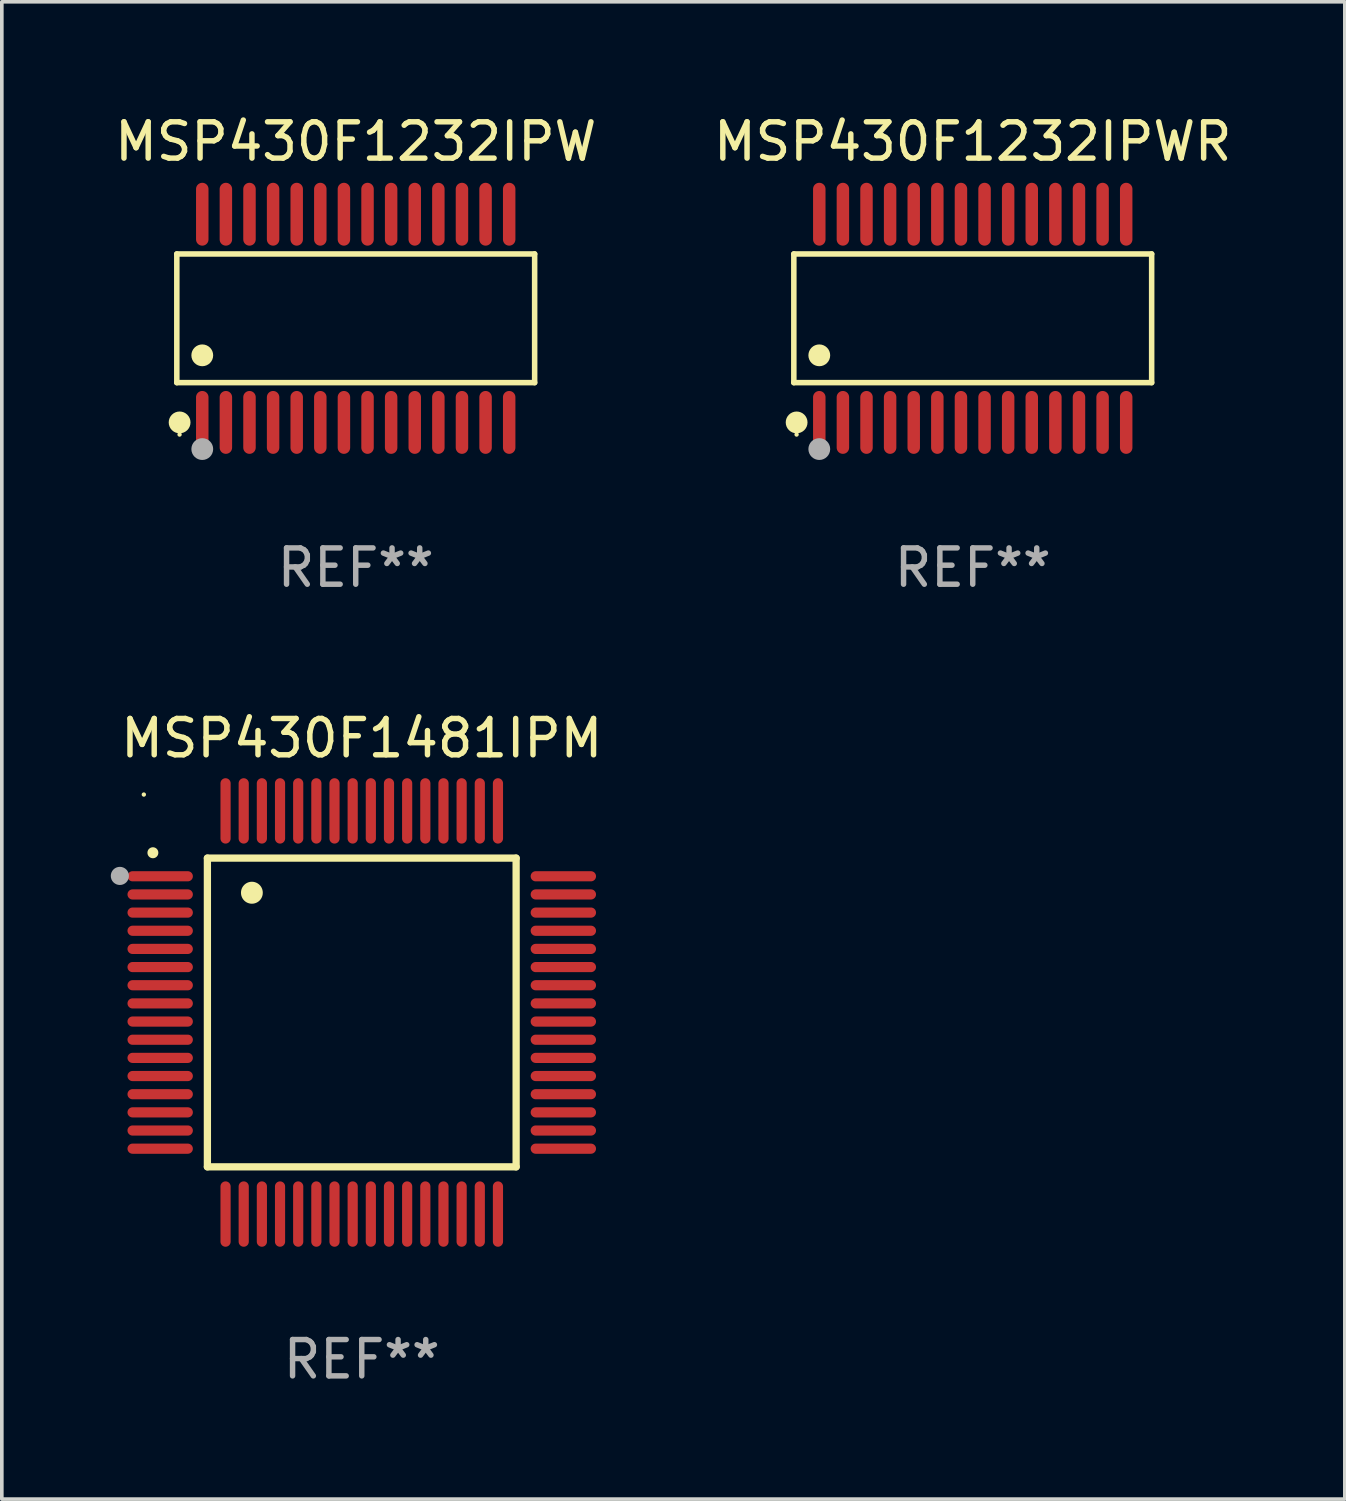
<source format=kicad_pcb>
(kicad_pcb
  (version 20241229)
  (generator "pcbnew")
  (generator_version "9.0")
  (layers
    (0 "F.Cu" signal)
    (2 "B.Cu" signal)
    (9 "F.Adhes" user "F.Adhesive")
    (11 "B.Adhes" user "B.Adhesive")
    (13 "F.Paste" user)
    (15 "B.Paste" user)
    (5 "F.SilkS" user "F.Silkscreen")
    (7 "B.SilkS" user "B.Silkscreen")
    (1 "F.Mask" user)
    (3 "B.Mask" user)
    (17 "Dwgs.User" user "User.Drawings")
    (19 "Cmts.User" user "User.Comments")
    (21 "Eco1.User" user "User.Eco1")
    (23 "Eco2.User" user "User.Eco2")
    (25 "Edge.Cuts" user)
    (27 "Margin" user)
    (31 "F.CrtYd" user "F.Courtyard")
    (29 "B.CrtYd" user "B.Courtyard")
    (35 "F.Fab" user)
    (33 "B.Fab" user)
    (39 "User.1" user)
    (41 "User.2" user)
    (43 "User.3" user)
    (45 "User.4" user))
  (footprint "MSP430F1232IPW"
    (layer "F.Cu")
    (at 6.744 5.714)
    (property "Reference" "MSP430F1232IPW" (at 0 -4.866 0) (layer "F.SilkS") (effects (font (size 1 1) (thickness 0.15))))
    (attr through_hole)
    (fp_line (start -4.926 -1.772) (end 4.926 -1.772) (stroke (width 0.152) (type solid)) (layer "F.SilkS"))
    (fp_line (start -4.926 1.771) (end -4.926 -1.772) (stroke (width 0.152) (type solid)) (layer "F.SilkS"))
    (fp_line (start 4.926 -1.772) (end 4.926 1.771) (stroke (width 0.152) (type solid)) (layer "F.SilkS"))
    (fp_line (start 4.926 1.771) (end -4.926 1.771) (stroke (width 0.152) (type solid)) (layer "F.SilkS"))
    (fp_circle (center -4.85 3.2) (end -4.82 3.2) (stroke (width 0.06) (type solid)) (fill no) (layer "F.SilkS"))
    (fp_circle (center -4.849 2.866) (end -4.699 2.866) (stroke (width 0.3) (type solid)) (fill no) (layer "F.SilkS"))
    (fp_circle (center -4.225 1.019) (end -4.075 1.019) (stroke (width 0.3) (type solid)) (fill no) (layer "F.SilkS"))
    (fp_circle (center -4.225 3.6) (end -4.075 3.6) (stroke (width 0.3) (type solid)) (fill no) (layer "F.Fab"))
    (fp_text user "REF**" (at 0 6.866 0) (layer "F.Fab") (effects (font (size 1 1) (thickness 0.15))))
    (pad "1" smd oval (at -4.225 2.866) (size 0.343 1.731) (layers "F.Cu" "F.Mask" "F.Paste"))
    (pad "2" smd oval (at -3.575 2.866) (size 0.343 1.731) (layers "F.Cu" "F.Mask" "F.Paste"))
    (pad "3" smd oval (at -2.925 2.866) (size 0.343 1.731) (layers "F.Cu" "F.Mask" "F.Paste"))
    (pad "4" smd oval (at -2.275 2.866) (size 0.343 1.731) (layers "F.Cu" "F.Mask" "F.Paste"))
    (pad "5" smd oval (at -1.625 2.866) (size 0.343 1.731) (layers "F.Cu" "F.Mask" "F.Paste"))
    (pad "6" smd oval (at -0.975 2.866) (size 0.343 1.731) (layers "F.Cu" "F.Mask" "F.Paste"))
    (pad "7" smd oval (at -0.325 2.866) (size 0.343 1.731) (layers "F.Cu" "F.Mask" "F.Paste"))
    (pad "8" smd oval (at 0.325 2.866) (size 0.343 1.731) (layers "F.Cu" "F.Mask" "F.Paste"))
    (pad "9" smd oval (at 0.975 2.866) (size 0.343 1.731) (layers "F.Cu" "F.Mask" "F.Paste"))
    (pad "10" smd oval (at 1.625 2.866) (size 0.343 1.731) (layers "F.Cu" "F.Mask" "F.Paste"))
    (pad "11" smd oval (at 2.275 2.866) (size 0.343 1.731) (layers "F.Cu" "F.Mask" "F.Paste"))
    (pad "12" smd oval (at 2.925 2.866) (size 0.343 1.731) (layers "F.Cu" "F.Mask" "F.Paste"))
    (pad "13" smd oval (at 3.575 2.866) (size 0.343 1.731) (layers "F.Cu" "F.Mask" "F.Paste"))
    (pad "14" smd oval (at 4.225 2.866) (size 0.343 1.731) (layers "F.Cu" "F.Mask" "F.Paste"))
    (pad "15" smd oval (at 4.225 -2.866) (size 0.343 1.731) (layers "F.Cu" "F.Mask" "F.Paste"))
    (pad "16" smd oval (at 3.575 -2.866) (size 0.343 1.731) (layers "F.Cu" "F.Mask" "F.Paste"))
    (pad "17" smd oval (at 2.925 -2.866) (size 0.343 1.731) (layers "F.Cu" "F.Mask" "F.Paste"))
    (pad "18" smd oval (at 2.275 -2.866) (size 0.343 1.731) (layers "F.Cu" "F.Mask" "F.Paste"))
    (pad "19" smd oval (at 1.625 -2.866) (size 0.343 1.731) (layers "F.Cu" "F.Mask" "F.Paste"))
    (pad "20" smd oval (at 0.975 -2.866) (size 0.343 1.731) (layers "F.Cu" "F.Mask" "F.Paste"))
    (pad "21" smd oval (at 0.325 -2.866) (size 0.343 1.731) (layers "F.Cu" "F.Mask" "F.Paste"))
    (pad "22" smd oval (at -0.325 -2.866) (size 0.343 1.731) (layers "F.Cu" "F.Mask" "F.Paste"))
    (pad "23" smd oval (at -0.975 -2.866) (size 0.343 1.731) (layers "F.Cu" "F.Mask" "F.Paste"))
    (pad "24" smd oval (at -1.625 -2.866) (size 0.343 1.731) (layers "F.Cu" "F.Mask" "F.Paste"))
    (pad "25" smd oval (at -2.275 -2.866) (size 0.343 1.731) (layers "F.Cu" "F.Mask" "F.Paste"))
    (pad "26" smd oval (at -2.925 -2.866) (size 0.343 1.731) (layers "F.Cu" "F.Mask" "F.Paste"))
    (pad "27" smd oval (at -3.575 -2.866) (size 0.343 1.731) (layers "F.Cu" "F.Mask" "F.Paste"))
    (pad "28" smd oval (at -4.225 -2.866) (size 0.343 1.731) (layers "F.Cu" "F.Mask" "F.Paste")))
  (footprint "MSP430F1481IPM"
    (layer "F.Cu")
    (at 6.91 24.826)
    (property "Reference" "MSP430F1481IPM" (at 0 -7.55 0) (layer "F.SilkS") (effects (font (size 1 1) (thickness 0.15))))
    (attr through_hole)
    (fp_line (start -4.25 -4.25) (end -4.25 4.25) (stroke (width 0.2) (type solid)) (layer "F.SilkS"))
    (fp_line (start -4.25 4.25) (end 4.25 4.25) (stroke (width 0.2) (type solid)) (layer "F.SilkS"))
    (fp_line (start 4.25 -4.25) (end -4.25 -4.25) (stroke (width 0.2) (type solid)) (layer "F.SilkS"))
    (fp_line (start 4.25 4.25) (end 4.25 -4.25) (stroke (width 0.2) (type solid)) (layer "F.SilkS"))
    (fp_arc (start -5.750572 -4.396749) (mid -5.750577 -4.398019) (end -5.750572 -4.399289) (stroke (width 0.3) (type solid)) (layer "F.SilkS"))
    (fp_arc (start -3.025146 -3.294387) (mid -3.025157 -3.296927) (end -3.025146 -3.299467) (stroke (width 0.6) (type solid)) (layer "F.SilkS"))
    (fp_circle (center -6 -6) (end -5.97 -6) (stroke (width 0.06) (type solid)) (fill no) (layer "F.SilkS"))
    (fp_circle (center -6.66 -3.76) (end -6.535 -3.76) (stroke (width 0.25) (type solid)) (fill no) (layer "F.Fab"))
    (fp_text user "REF**" (at 0 9.55 0) (layer "F.Fab") (effects (font (size 1 1) (thickness 0.15))))
    (pad "1" smd oval (at -5.55 -3.75) (size 1.8 0.28) (layers "F.Cu" "F.Mask" "F.Paste"))
    (pad "2" smd oval (at -5.55 -3.25) (size 1.8 0.28) (layers "F.Cu" "F.Mask" "F.Paste"))
    (pad "3" smd oval (at -5.55 -2.75) (size 1.8 0.28) (layers "F.Cu" "F.Mask" "F.Paste"))
    (pad "4" smd oval (at -5.55 -2.25) (size 1.8 0.28) (layers "F.Cu" "F.Mask" "F.Paste"))
    (pad "5" smd oval (at -5.55 -1.75) (size 1.8 0.28) (layers "F.Cu" "F.Mask" "F.Paste"))
    (pad "6" smd oval (at -5.55 -1.25) (size 1.8 0.28) (layers "F.Cu" "F.Mask" "F.Paste"))
    (pad "7" smd oval (at -5.55 -0.75) (size 1.8 0.28) (layers "F.Cu" "F.Mask" "F.Paste"))
    (pad "8" smd oval (at -5.55 -0.25) (size 1.8 0.28) (layers "F.Cu" "F.Mask" "F.Paste"))
    (pad "9" smd oval (at -5.55 0.25) (size 1.8 0.28) (layers "F.Cu" "F.Mask" "F.Paste"))
    (pad "10" smd oval (at -5.55 0.75) (size 1.8 0.28) (layers "F.Cu" "F.Mask" "F.Paste"))
    (pad "11" smd oval (at -5.55 1.25) (size 1.8 0.28) (layers "F.Cu" "F.Mask" "F.Paste"))
    (pad "12" smd oval (at -5.55 1.75) (size 1.8 0.28) (layers "F.Cu" "F.Mask" "F.Paste"))
    (pad "13" smd oval (at -5.55 2.25) (size 1.8 0.28) (layers "F.Cu" "F.Mask" "F.Paste"))
    (pad "14" smd oval (at -5.55 2.75) (size 1.8 0.28) (layers "F.Cu" "F.Mask" "F.Paste"))
    (pad "15" smd oval (at -5.55 3.25) (size 1.8 0.28) (layers "F.Cu" "F.Mask" "F.Paste"))
    (pad "16" smd oval (at -5.55 3.75) (size 1.8 0.28) (layers "F.Cu" "F.Mask" "F.Paste"))
    (pad "17" smd oval (at -3.75 5.55) (size 0.28 1.8) (layers "F.Cu" "F.Mask" "F.Paste"))
    (pad "18" smd oval (at -3.25 5.55) (size 0.28 1.8) (layers "F.Cu" "F.Mask" "F.Paste"))
    (pad "19" smd oval (at -2.75 5.55) (size 0.28 1.8) (layers "F.Cu" "F.Mask" "F.Paste"))
    (pad "20" smd oval (at -2.25 5.55) (size 0.28 1.8) (layers "F.Cu" "F.Mask" "F.Paste"))
    (pad "21" smd oval (at -1.75 5.55) (size 0.28 1.8) (layers "F.Cu" "F.Mask" "F.Paste"))
    (pad "22" smd oval (at -1.25 5.55) (size 0.28 1.8) (layers "F.Cu" "F.Mask" "F.Paste"))
    (pad "23" smd oval (at -0.75 5.55) (size 0.28 1.8) (layers "F.Cu" "F.Mask" "F.Paste"))
    (pad "24" smd oval (at -0.25 5.55) (size 0.28 1.8) (layers "F.Cu" "F.Mask" "F.Paste"))
    (pad "25" smd oval (at 0.25 5.55) (size 0.28 1.8) (layers "F.Cu" "F.Mask" "F.Paste"))
    (pad "26" smd oval (at 0.75 5.55) (size 0.28 1.8) (layers "F.Cu" "F.Mask" "F.Paste"))
    (pad "27" smd oval (at 1.25 5.55) (size 0.28 1.8) (layers "F.Cu" "F.Mask" "F.Paste"))
    (pad "28" smd oval (at 1.75 5.55) (size 0.28 1.8) (layers "F.Cu" "F.Mask" "F.Paste"))
    (pad "29" smd oval (at 2.25 5.55) (size 0.28 1.8) (layers "F.Cu" "F.Mask" "F.Paste"))
    (pad "30" smd oval (at 2.75 5.55) (size 0.28 1.8) (layers "F.Cu" "F.Mask" "F.Paste"))
    (pad "31" smd oval (at 3.25 5.55) (size 0.28 1.8) (layers "F.Cu" "F.Mask" "F.Paste"))
    (pad "32" smd oval (at 3.75 5.55) (size 0.28 1.8) (layers "F.Cu" "F.Mask" "F.Paste"))
    (pad "33" smd oval (at 5.55 3.75) (size 1.8 0.28) (layers "F.Cu" "F.Mask" "F.Paste"))
    (pad "34" smd oval (at 5.55 3.25) (size 1.8 0.28) (layers "F.Cu" "F.Mask" "F.Paste"))
    (pad "35" smd oval (at 5.55 2.75) (size 1.8 0.28) (layers "F.Cu" "F.Mask" "F.Paste"))
    (pad "36" smd oval (at 5.55 2.25) (size 1.8 0.28) (layers "F.Cu" "F.Mask" "F.Paste"))
    (pad "37" smd oval (at 5.55 1.75) (size 1.8 0.28) (layers "F.Cu" "F.Mask" "F.Paste"))
    (pad "38" smd oval (at 5.55 1.25) (size 1.8 0.28) (layers "F.Cu" "F.Mask" "F.Paste"))
    (pad "39" smd oval (at 5.55 0.75) (size 1.8 0.28) (layers "F.Cu" "F.Mask" "F.Paste"))
    (pad "40" smd oval (at 5.55 0.25) (size 1.8 0.28) (layers "F.Cu" "F.Mask" "F.Paste"))
    (pad "41" smd oval (at 5.55 -0.25) (size 1.8 0.28) (layers "F.Cu" "F.Mask" "F.Paste"))
    (pad "42" smd oval (at 5.55 -0.75) (size 1.8 0.28) (layers "F.Cu" "F.Mask" "F.Paste"))
    (pad "43" smd oval (at 5.55 -1.25) (size 1.8 0.28) (layers "F.Cu" "F.Mask" "F.Paste"))
    (pad "44" smd oval (at 5.55 -1.75) (size 1.8 0.28) (layers "F.Cu" "F.Mask" "F.Paste"))
    (pad "45" smd oval (at 5.55 -2.25) (size 1.8 0.28) (layers "F.Cu" "F.Mask" "F.Paste"))
    (pad "46" smd oval (at 5.55 -2.75) (size 1.8 0.28) (layers "F.Cu" "F.Mask" "F.Paste"))
    (pad "47" smd oval (at 5.55 -3.25) (size 1.8 0.28) (layers "F.Cu" "F.Mask" "F.Paste"))
    (pad "48" smd oval (at 5.55 -3.75) (size 1.8 0.28) (layers "F.Cu" "F.Mask" "F.Paste"))
    (pad "49" smd oval (at 3.75 -5.55) (size 0.28 1.8) (layers "F.Cu" "F.Mask" "F.Paste"))
    (pad "50" smd oval (at 3.25 -5.55) (size 0.28 1.8) (layers "F.Cu" "F.Mask" "F.Paste"))
    (pad "51" smd oval (at 2.75 -5.55) (size 0.28 1.8) (layers "F.Cu" "F.Mask" "F.Paste"))
    (pad "52" smd oval (at 2.25 -5.55) (size 0.28 1.8) (layers "F.Cu" "F.Mask" "F.Paste"))
    (pad "53" smd oval (at 1.75 -5.55) (size 0.28 1.8) (layers "F.Cu" "F.Mask" "F.Paste"))
    (pad "54" smd oval (at 1.25 -5.55) (size 0.28 1.8) (layers "F.Cu" "F.Mask" "F.Paste"))
    (pad "55" smd oval (at 0.75 -5.55) (size 0.28 1.8) (layers "F.Cu" "F.Mask" "F.Paste"))
    (pad "56" smd oval (at 0.25 -5.55) (size 0.28 1.8) (layers "F.Cu" "F.Mask" "F.Paste"))
    (pad "57" smd oval (at -0.25 -5.55) (size 0.28 1.8) (layers "F.Cu" "F.Mask" "F.Paste"))
    (pad "58" smd oval (at -0.75 -5.55) (size 0.28 1.8) (layers "F.Cu" "F.Mask" "F.Paste"))
    (pad "59" smd oval (at -1.25 -5.55) (size 0.28 1.8) (layers "F.Cu" "F.Mask" "F.Paste"))
    (pad "60" smd oval (at -1.75 -5.55) (size 0.28 1.8) (layers "F.Cu" "F.Mask" "F.Paste"))
    (pad "61" smd oval (at -2.25 -5.55) (size 0.28 1.8) (layers "F.Cu" "F.Mask" "F.Paste"))
    (pad "62" smd oval (at -2.75 -5.55) (size 0.28 1.8) (layers "F.Cu" "F.Mask" "F.Paste"))
    (pad "63" smd oval (at -3.25 -5.55) (size 0.28 1.8) (layers "F.Cu" "F.Mask" "F.Paste"))
    (pad "64" smd oval (at -3.75 -5.55) (size 0.28 1.8) (layers "F.Cu" "F.Mask" "F.Paste")))
  (footprint "MSP430F1232IPWR"
    (layer "F.Cu")
    (at 23.732 5.714)
    (property "Reference" "MSP430F1232IPWR" (at 0 -4.866 0) (layer "F.SilkS") (effects (font (size 1 1) (thickness 0.15))))
    (attr through_hole)
    (fp_line (start -4.926 -1.772) (end 4.926 -1.772) (stroke (width 0.152) (type solid)) (layer "F.SilkS"))
    (fp_line (start -4.926 1.771) (end -4.926 -1.772) (stroke (width 0.152) (type solid)) (layer "F.SilkS"))
    (fp_line (start 4.926 -1.772) (end 4.926 1.771) (stroke (width 0.152) (type solid)) (layer "F.SilkS"))
    (fp_line (start 4.926 1.771) (end -4.926 1.771) (stroke (width 0.152) (type solid)) (layer "F.SilkS"))
    (fp_circle (center -4.85 3.2) (end -4.82 3.2) (stroke (width 0.06) (type solid)) (fill no) (layer "F.SilkS"))
    (fp_circle (center -4.849 2.866) (end -4.699 2.866) (stroke (width 0.3) (type solid)) (fill no) (layer "F.SilkS"))
    (fp_circle (center -4.225 1.019) (end -4.075 1.019) (stroke (width 0.3) (type solid)) (fill no) (layer "F.SilkS"))
    (fp_circle (center -4.225 3.6) (end -4.075 3.6) (stroke (width 0.3) (type solid)) (fill no) (layer "F.Fab"))
    (fp_text user "REF**" (at 0 6.866 0) (layer "F.Fab") (effects (font (size 1 1) (thickness 0.15))))
    (pad "1" smd oval (at -4.225 2.866) (size 0.343 1.731) (layers "F.Cu" "F.Mask" "F.Paste"))
    (pad "2" smd oval (at -3.575 2.866) (size 0.343 1.731) (layers "F.Cu" "F.Mask" "F.Paste"))
    (pad "3" smd oval (at -2.925 2.866) (size 0.343 1.731) (layers "F.Cu" "F.Mask" "F.Paste"))
    (pad "4" smd oval (at -2.275 2.866) (size 0.343 1.731) (layers "F.Cu" "F.Mask" "F.Paste"))
    (pad "5" smd oval (at -1.625 2.866) (size 0.343 1.731) (layers "F.Cu" "F.Mask" "F.Paste"))
    (pad "6" smd oval (at -0.975 2.866) (size 0.343 1.731) (layers "F.Cu" "F.Mask" "F.Paste"))
    (pad "7" smd oval (at -0.325 2.866) (size 0.343 1.731) (layers "F.Cu" "F.Mask" "F.Paste"))
    (pad "8" smd oval (at 0.325 2.866) (size 0.343 1.731) (layers "F.Cu" "F.Mask" "F.Paste"))
    (pad "9" smd oval (at 0.975 2.866) (size 0.343 1.731) (layers "F.Cu" "F.Mask" "F.Paste"))
    (pad "10" smd oval (at 1.625 2.866) (size 0.343 1.731) (layers "F.Cu" "F.Mask" "F.Paste"))
    (pad "11" smd oval (at 2.275 2.866) (size 0.343 1.731) (layers "F.Cu" "F.Mask" "F.Paste"))
    (pad "12" smd oval (at 2.925 2.866) (size 0.343 1.731) (layers "F.Cu" "F.Mask" "F.Paste"))
    (pad "13" smd oval (at 3.575 2.866) (size 0.343 1.731) (layers "F.Cu" "F.Mask" "F.Paste"))
    (pad "14" smd oval (at 4.225 2.866) (size 0.343 1.731) (layers "F.Cu" "F.Mask" "F.Paste"))
    (pad "15" smd oval (at 4.225 -2.866) (size 0.343 1.731) (layers "F.Cu" "F.Mask" "F.Paste"))
    (pad "16" smd oval (at 3.575 -2.866) (size 0.343 1.731) (layers "F.Cu" "F.Mask" "F.Paste"))
    (pad "17" smd oval (at 2.925 -2.866) (size 0.343 1.731) (layers "F.Cu" "F.Mask" "F.Paste"))
    (pad "18" smd oval (at 2.275 -2.866) (size 0.343 1.731) (layers "F.Cu" "F.Mask" "F.Paste"))
    (pad "19" smd oval (at 1.625 -2.866) (size 0.343 1.731) (layers "F.Cu" "F.Mask" "F.Paste"))
    (pad "20" smd oval (at 0.975 -2.866) (size 0.343 1.731) (layers "F.Cu" "F.Mask" "F.Paste"))
    (pad "21" smd oval (at 0.325 -2.866) (size 0.343 1.731) (layers "F.Cu" "F.Mask" "F.Paste"))
    (pad "22" smd oval (at -0.325 -2.866) (size 0.343 1.731) (layers "F.Cu" "F.Mask" "F.Paste"))
    (pad "23" smd oval (at -0.975 -2.866) (size 0.343 1.731) (layers "F.Cu" "F.Mask" "F.Paste"))
    (pad "24" smd oval (at -1.625 -2.866) (size 0.343 1.731) (layers "F.Cu" "F.Mask" "F.Paste"))
    (pad "25" smd oval (at -2.275 -2.866) (size 0.343 1.731) (layers "F.Cu" "F.Mask" "F.Paste"))
    (pad "26" smd oval (at -2.925 -2.866) (size 0.343 1.731) (layers "F.Cu" "F.Mask" "F.Paste"))
    (pad "27" smd oval (at -3.575 -2.866) (size 0.343 1.731) (layers "F.Cu" "F.Mask" "F.Paste"))
    (pad "28" smd oval (at -4.225 -2.866) (size 0.343 1.731) (layers "F.Cu" "F.Mask" "F.Paste")))
  (gr_rect
    (start -3 -3)
    (end 33.976 38.224)
    (stroke (width 0.1) (type default))
    (fill no)
    (layer "Edge.Cuts")))
</source>
